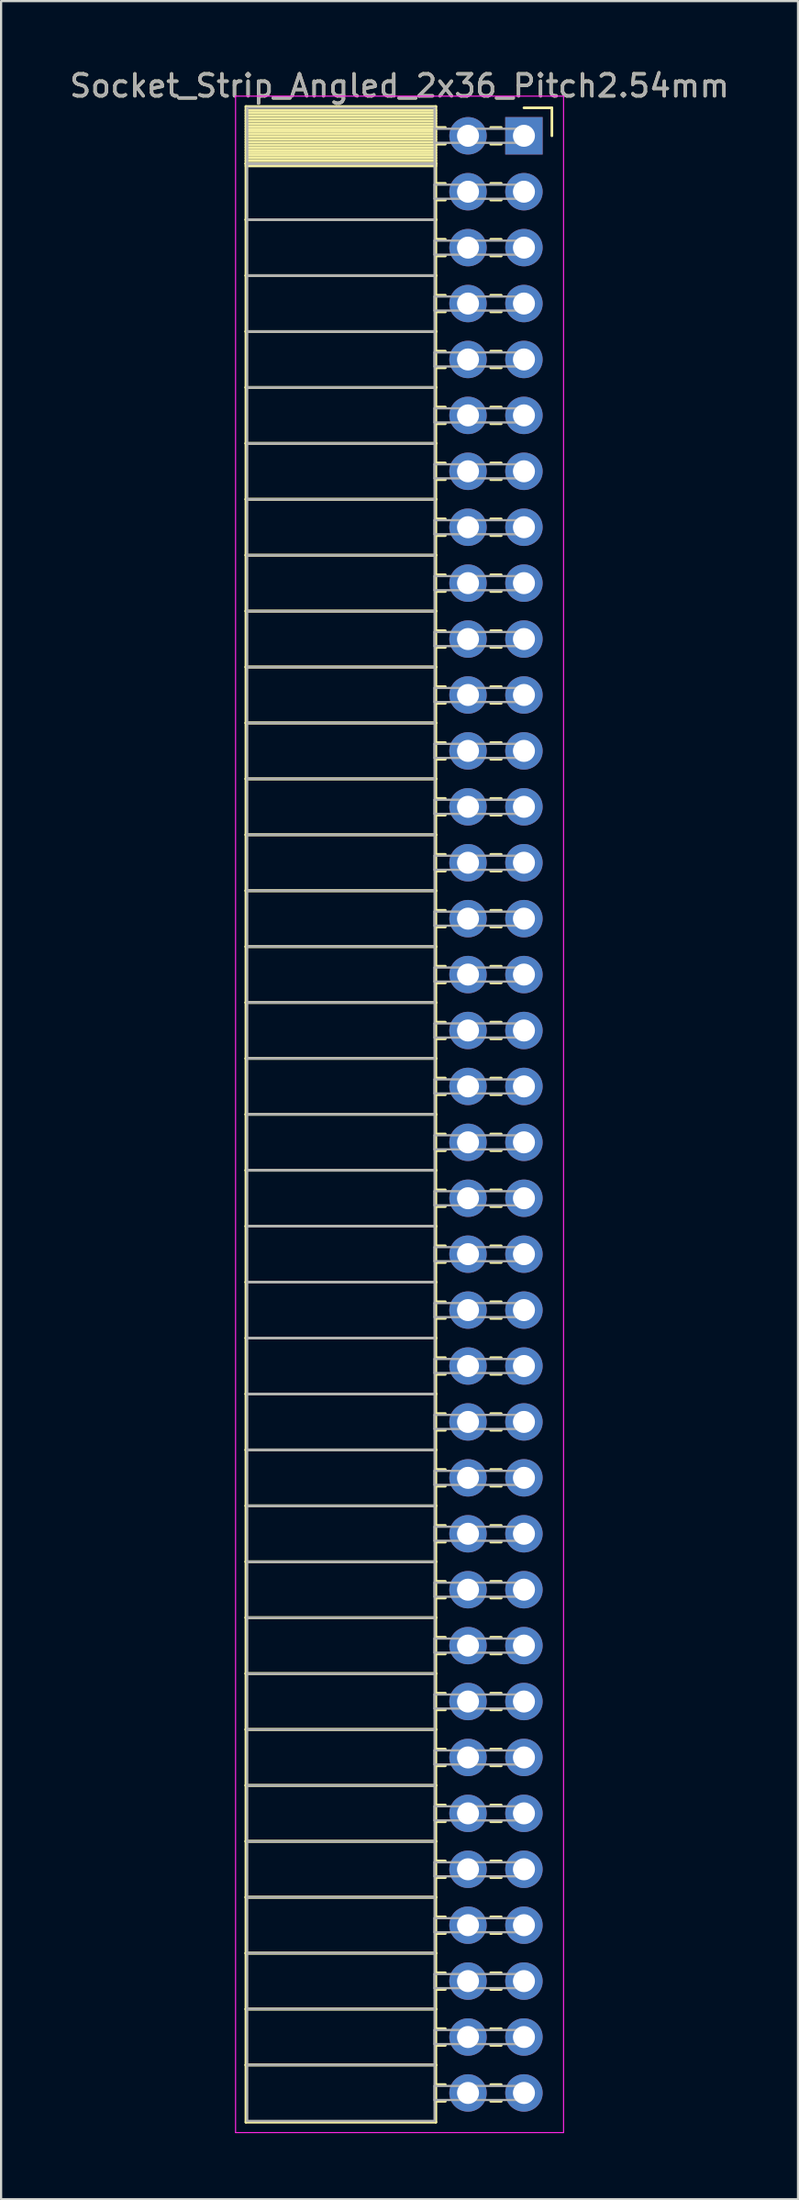
<source format=kicad_pcb>
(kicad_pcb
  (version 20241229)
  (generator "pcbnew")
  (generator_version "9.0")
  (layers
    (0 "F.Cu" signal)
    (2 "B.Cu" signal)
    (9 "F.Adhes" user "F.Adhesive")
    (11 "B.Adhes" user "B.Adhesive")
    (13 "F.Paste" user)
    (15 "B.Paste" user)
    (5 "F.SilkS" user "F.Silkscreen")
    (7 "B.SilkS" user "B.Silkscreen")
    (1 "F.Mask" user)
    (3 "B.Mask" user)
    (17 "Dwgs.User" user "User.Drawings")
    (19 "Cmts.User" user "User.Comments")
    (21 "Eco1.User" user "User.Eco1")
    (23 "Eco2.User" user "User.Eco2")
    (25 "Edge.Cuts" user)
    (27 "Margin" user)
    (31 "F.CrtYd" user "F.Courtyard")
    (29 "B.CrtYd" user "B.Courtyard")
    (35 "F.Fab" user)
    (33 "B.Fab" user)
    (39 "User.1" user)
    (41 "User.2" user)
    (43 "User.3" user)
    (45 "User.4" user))
  (footprint "Socket_Strip_Angled_2x36_Pitch2.54mm"
    (layer "F.Cu")
    (at 20.751 3.118)
    (property "Reference" "Socket_Strip_Angled_2x36_Pitch2.54mm" (at -5.65 -2.27 0) (layer "F.SilkS") (effects (font (size 1 1) (thickness 0.15))))
    (attr through_hole)
    (fp_line (start -12.63 -1.33) (end -4 -1.33) (stroke (width 0.12) (type solid)) (layer "F.SilkS"))
    (fp_line (start -12.63 1.27) (end -12.63 -1.33) (stroke (width 0.12) (type solid)) (layer "F.SilkS"))
    (fp_line (start -12.63 1.27) (end -4 1.27) (stroke (width 0.12) (type solid)) (layer "F.SilkS"))
    (fp_line (start -12.63 3.81) (end -12.63 1.27) (stroke (width 0.12) (type solid)) (layer "F.SilkS"))
    (fp_line (start -12.63 3.81) (end -4 3.81) (stroke (width 0.12) (type solid)) (layer "F.SilkS"))
    (fp_line (start -12.63 6.35) (end -12.63 3.81) (stroke (width 0.12) (type solid)) (layer "F.SilkS"))
    (fp_line (start -12.63 6.35) (end -4 6.35) (stroke (width 0.12) (type solid)) (layer "F.SilkS"))
    (fp_line (start -12.63 8.89) (end -12.63 6.35) (stroke (width 0.12) (type solid)) (layer "F.SilkS"))
    (fp_line (start -12.63 8.89) (end -4 8.89) (stroke (width 0.12) (type solid)) (layer "F.SilkS"))
    (fp_line (start -12.63 11.43) (end -12.63 8.89) (stroke (width 0.12) (type solid)) (layer "F.SilkS"))
    (fp_line (start -12.63 11.43) (end -4 11.43) (stroke (width 0.12) (type solid)) (layer "F.SilkS"))
    (fp_line (start -12.63 13.97) (end -12.63 11.43) (stroke (width 0.12) (type solid)) (layer "F.SilkS"))
    (fp_line (start -12.63 13.97) (end -4 13.97) (stroke (width 0.12) (type solid)) (layer "F.SilkS"))
    (fp_line (start -12.63 16.51) (end -12.63 13.97) (stroke (width 0.12) (type solid)) (layer "F.SilkS"))
    (fp_line (start -12.63 16.51) (end -4 16.51) (stroke (width 0.12) (type solid)) (layer "F.SilkS"))
    (fp_line (start -12.63 19.05) (end -12.63 16.51) (stroke (width 0.12) (type solid)) (layer "F.SilkS"))
    (fp_line (start -12.63 19.05) (end -4 19.05) (stroke (width 0.12) (type solid)) (layer "F.SilkS"))
    (fp_line (start -12.63 21.59) (end -12.63 19.05) (stroke (width 0.12) (type solid)) (layer "F.SilkS"))
    (fp_line (start -12.63 21.59) (end -4 21.59) (stroke (width 0.12) (type solid)) (layer "F.SilkS"))
    (fp_line (start -12.63 24.13) (end -12.63 21.59) (stroke (width 0.12) (type solid)) (layer "F.SilkS"))
    (fp_line (start -12.63 24.13) (end -4 24.13) (stroke (width 0.12) (type solid)) (layer "F.SilkS"))
    (fp_line (start -12.63 26.67) (end -12.63 24.13) (stroke (width 0.12) (type solid)) (layer "F.SilkS"))
    (fp_line (start -12.63 26.67) (end -4 26.67) (stroke (width 0.12) (type solid)) (layer "F.SilkS"))
    (fp_line (start -12.63 29.21) (end -12.63 26.67) (stroke (width 0.12) (type solid)) (layer "F.SilkS"))
    (fp_line (start -12.63 29.21) (end -4 29.21) (stroke (width 0.12) (type solid)) (layer "F.SilkS"))
    (fp_line (start -12.63 31.75) (end -12.63 29.21) (stroke (width 0.12) (type solid)) (layer "F.SilkS"))
    (fp_line (start -12.63 31.75) (end -4 31.75) (stroke (width 0.12) (type solid)) (layer "F.SilkS"))
    (fp_line (start -12.63 34.29) (end -12.63 31.75) (stroke (width 0.12) (type solid)) (layer "F.SilkS"))
    (fp_line (start -12.63 34.29) (end -4 34.29) (stroke (width 0.12) (type solid)) (layer "F.SilkS"))
    (fp_line (start -12.63 36.83) (end -12.63 34.29) (stroke (width 0.12) (type solid)) (layer "F.SilkS"))
    (fp_line (start -12.63 36.83) (end -4 36.83) (stroke (width 0.12) (type solid)) (layer "F.SilkS"))
    (fp_line (start -12.63 39.37) (end -12.63 36.83) (stroke (width 0.12) (type solid)) (layer "F.SilkS"))
    (fp_line (start -12.63 39.37) (end -4 39.37) (stroke (width 0.12) (type solid)) (layer "F.SilkS"))
    (fp_line (start -12.63 41.91) (end -12.63 39.37) (stroke (width 0.12) (type solid)) (layer "F.SilkS"))
    (fp_line (start -12.63 41.91) (end -4 41.91) (stroke (width 0.12) (type solid)) (layer "F.SilkS"))
    (fp_line (start -12.63 44.45) (end -12.63 41.91) (stroke (width 0.12) (type solid)) (layer "F.SilkS"))
    (fp_line (start -12.63 44.45) (end -4 44.45) (stroke (width 0.12) (type solid)) (layer "F.SilkS"))
    (fp_line (start -12.63 46.99) (end -12.63 44.45) (stroke (width 0.12) (type solid)) (layer "F.SilkS"))
    (fp_line (start -12.63 46.99) (end -4 46.99) (stroke (width 0.12) (type solid)) (layer "F.SilkS"))
    (fp_line (start -12.63 49.53) (end -12.63 46.99) (stroke (width 0.12) (type solid)) (layer "F.SilkS"))
    (fp_line (start -12.63 49.53) (end -4 49.53) (stroke (width 0.12) (type solid)) (layer "F.SilkS"))
    (fp_line (start -12.63 52.07) (end -12.63 49.53) (stroke (width 0.12) (type solid)) (layer "F.SilkS"))
    (fp_line (start -12.63 52.07) (end -4 52.07) (stroke (width 0.12) (type solid)) (layer "F.SilkS"))
    (fp_line (start -12.63 54.61) (end -12.63 52.07) (stroke (width 0.12) (type solid)) (layer "F.SilkS"))
    (fp_line (start -12.63 54.61) (end -4 54.61) (stroke (width 0.12) (type solid)) (layer "F.SilkS"))
    (fp_line (start -12.63 57.15) (end -12.63 54.61) (stroke (width 0.12) (type solid)) (layer "F.SilkS"))
    (fp_line (start -12.63 57.15) (end -4 57.15) (stroke (width 0.12) (type solid)) (layer "F.SilkS"))
    (fp_line (start -12.63 59.69) (end -12.63 57.15) (stroke (width 0.12) (type solid)) (layer "F.SilkS"))
    (fp_line (start -12.63 59.69) (end -4 59.69) (stroke (width 0.12) (type solid)) (layer "F.SilkS"))
    (fp_line (start -12.63 62.23) (end -12.63 59.69) (stroke (width 0.12) (type solid)) (layer "F.SilkS"))
    (fp_line (start -12.63 62.23) (end -4 62.23) (stroke (width 0.12) (type solid)) (layer "F.SilkS"))
    (fp_line (start -12.63 64.77) (end -12.63 62.23) (stroke (width 0.12) (type solid)) (layer "F.SilkS"))
    (fp_line (start -12.63 64.77) (end -4 64.77) (stroke (width 0.12) (type solid)) (layer "F.SilkS"))
    (fp_line (start -12.63 67.31) (end -12.63 64.77) (stroke (width 0.12) (type solid)) (layer "F.SilkS"))
    (fp_line (start -12.63 67.31) (end -4 67.31) (stroke (width 0.12) (type solid)) (layer "F.SilkS"))
    (fp_line (start -12.63 69.85) (end -12.63 67.31) (stroke (width 0.12) (type solid)) (layer "F.SilkS"))
    (fp_line (start -12.63 69.85) (end -4 69.85) (stroke (width 0.12) (type solid)) (layer "F.SilkS"))
    (fp_line (start -12.63 72.39) (end -12.63 69.85) (stroke (width 0.12) (type solid)) (layer "F.SilkS"))
    (fp_line (start -12.63 72.39) (end -4 72.39) (stroke (width 0.12) (type solid)) (layer "F.SilkS"))
    (fp_line (start -12.63 74.93) (end -12.63 72.39) (stroke (width 0.12) (type solid)) (layer "F.SilkS"))
    (fp_line (start -12.63 74.93) (end -4 74.93) (stroke (width 0.12) (type solid)) (layer "F.SilkS"))
    (fp_line (start -12.63 77.47) (end -12.63 74.93) (stroke (width 0.12) (type solid)) (layer "F.SilkS"))
    (fp_line (start -12.63 77.47) (end -4 77.47) (stroke (width 0.12) (type solid)) (layer "F.SilkS"))
    (fp_line (start -12.63 80.01) (end -12.63 77.47) (stroke (width 0.12) (type solid)) (layer "F.SilkS"))
    (fp_line (start -12.63 80.01) (end -4 80.01) (stroke (width 0.12) (type solid)) (layer "F.SilkS"))
    (fp_line (start -12.63 82.55) (end -12.63 80.01) (stroke (width 0.12) (type solid)) (layer "F.SilkS"))
    (fp_line (start -12.63 82.55) (end -4 82.55) (stroke (width 0.12) (type solid)) (layer "F.SilkS"))
    (fp_line (start -12.63 85.09) (end -12.63 82.55) (stroke (width 0.12) (type solid)) (layer "F.SilkS"))
    (fp_line (start -12.63 85.09) (end -4 85.09) (stroke (width 0.12) (type solid)) (layer "F.SilkS"))
    (fp_line (start -12.63 87.63) (end -12.63 85.09) (stroke (width 0.12) (type solid)) (layer "F.SilkS"))
    (fp_line (start -12.63 87.63) (end -4 87.63) (stroke (width 0.12) (type solid)) (layer "F.SilkS"))
    (fp_line (start -12.63 90.23) (end -12.63 87.63) (stroke (width 0.12) (type solid)) (layer "F.SilkS"))
    (fp_line (start -4 -1.33) (end -4 1.27) (stroke (width 0.12) (type solid)) (layer "F.SilkS"))
    (fp_line (start -4 -1.15) (end -12.63 -1.15) (stroke (width 0.12) (type solid)) (layer "F.SilkS"))
    (fp_line (start -4 -1.03) (end -12.63 -1.03) (stroke (width 0.12) (type solid)) (layer "F.SilkS"))
    (fp_line (start -4 -0.91) (end -12.63 -0.91) (stroke (width 0.12) (type solid)) (layer "F.SilkS"))
    (fp_line (start -4 -0.79) (end -12.63 -0.79) (stroke (width 0.12) (type solid)) (layer "F.SilkS"))
    (fp_line (start -4 -0.67) (end -12.63 -0.67) (stroke (width 0.12) (type solid)) (layer "F.SilkS"))
    (fp_line (start -4 -0.55) (end -12.63 -0.55) (stroke (width 0.12) (type solid)) (layer "F.SilkS"))
    (fp_line (start -4 -0.43) (end -12.63 -0.43) (stroke (width 0.12) (type solid)) (layer "F.SilkS"))
    (fp_line (start -4 -0.31) (end -12.63 -0.31) (stroke (width 0.12) (type solid)) (layer "F.SilkS"))
    (fp_line (start -4 -0.19) (end -12.63 -0.19) (stroke (width 0.12) (type solid)) (layer "F.SilkS"))
    (fp_line (start -4 -0.07) (end -12.63 -0.07) (stroke (width 0.12) (type solid)) (layer "F.SilkS"))
    (fp_line (start -4 0.05) (end -12.63 0.05) (stroke (width 0.12) (type solid)) (layer "F.SilkS"))
    (fp_line (start -4 0.17) (end -12.63 0.17) (stroke (width 0.12) (type solid)) (layer "F.SilkS"))
    (fp_line (start -4 0.29) (end -12.63 0.29) (stroke (width 0.12) (type solid)) (layer "F.SilkS"))
    (fp_line (start -4 0.41) (end -12.63 0.41) (stroke (width 0.12) (type solid)) (layer "F.SilkS"))
    (fp_line (start -4 0.53) (end -12.63 0.53) (stroke (width 0.12) (type solid)) (layer "F.SilkS"))
    (fp_line (start -4 0.65) (end -12.63 0.65) (stroke (width 0.12) (type solid)) (layer "F.SilkS"))
    (fp_line (start -4 0.77) (end -12.63 0.77) (stroke (width 0.12) (type solid)) (layer "F.SilkS"))
    (fp_line (start -4 0.89) (end -12.63 0.89) (stroke (width 0.12) (type solid)) (layer "F.SilkS"))
    (fp_line (start -4 1.01) (end -12.63 1.01) (stroke (width 0.12) (type solid)) (layer "F.SilkS"))
    (fp_line (start -4 1.13) (end -12.63 1.13) (stroke (width 0.12) (type solid)) (layer "F.SilkS"))
    (fp_line (start -4 1.25) (end -12.63 1.25) (stroke (width 0.12) (type solid)) (layer "F.SilkS"))
    (fp_line (start -4 1.27) (end -12.63 1.27) (stroke (width 0.12) (type solid)) (layer "F.SilkS"))
    (fp_line (start -4 1.27) (end -4 3.81) (stroke (width 0.12) (type solid)) (layer "F.SilkS"))
    (fp_line (start -4 1.37) (end -12.63 1.37) (stroke (width 0.12) (type solid)) (layer "F.SilkS"))
    (fp_line (start -4 3.81) (end -12.63 3.81) (stroke (width 0.12) (type solid)) (layer "F.SilkS"))
    (fp_line (start -4 3.81) (end -4 6.35) (stroke (width 0.12) (type solid)) (layer "F.SilkS"))
    (fp_line (start -4 6.35) (end -12.63 6.35) (stroke (width 0.12) (type solid)) (layer "F.SilkS"))
    (fp_line (start -4 6.35) (end -4 8.89) (stroke (width 0.12) (type solid)) (layer "F.SilkS"))
    (fp_line (start -4 8.89) (end -12.63 8.89) (stroke (width 0.12) (type solid)) (layer "F.SilkS"))
    (fp_line (start -4 8.89) (end -4 11.43) (stroke (width 0.12) (type solid)) (layer "F.SilkS"))
    (fp_line (start -4 11.43) (end -12.63 11.43) (stroke (width 0.12) (type solid)) (layer "F.SilkS"))
    (fp_line (start -4 11.43) (end -4 13.97) (stroke (width 0.12) (type solid)) (layer "F.SilkS"))
    (fp_line (start -4 13.97) (end -12.63 13.97) (stroke (width 0.12) (type solid)) (layer "F.SilkS"))
    (fp_line (start -4 13.97) (end -4 16.51) (stroke (width 0.12) (type solid)) (layer "F.SilkS"))
    (fp_line (start -4 16.51) (end -12.63 16.51) (stroke (width 0.12) (type solid)) (layer "F.SilkS"))
    (fp_line (start -4 16.51) (end -4 19.05) (stroke (width 0.12) (type solid)) (layer "F.SilkS"))
    (fp_line (start -4 19.05) (end -12.63 19.05) (stroke (width 0.12) (type solid)) (layer "F.SilkS"))
    (fp_line (start -4 19.05) (end -4 21.59) (stroke (width 0.12) (type solid)) (layer "F.SilkS"))
    (fp_line (start -4 21.59) (end -12.63 21.59) (stroke (width 0.12) (type solid)) (layer "F.SilkS"))
    (fp_line (start -4 21.59) (end -4 24.13) (stroke (width 0.12) (type solid)) (layer "F.SilkS"))
    (fp_line (start -4 24.13) (end -12.63 24.13) (stroke (width 0.12) (type solid)) (layer "F.SilkS"))
    (fp_line (start -4 24.13) (end -4 26.67) (stroke (width 0.12) (type solid)) (layer "F.SilkS"))
    (fp_line (start -4 26.67) (end -12.63 26.67) (stroke (width 0.12) (type solid)) (layer "F.SilkS"))
    (fp_line (start -4 26.67) (end -4 29.21) (stroke (width 0.12) (type solid)) (layer "F.SilkS"))
    (fp_line (start -4 29.21) (end -12.63 29.21) (stroke (width 0.12) (type solid)) (layer "F.SilkS"))
    (fp_line (start -4 29.21) (end -4 31.75) (stroke (width 0.12) (type solid)) (layer "F.SilkS"))
    (fp_line (start -4 31.75) (end -12.63 31.75) (stroke (width 0.12) (type solid)) (layer "F.SilkS"))
    (fp_line (start -4 31.75) (end -4 34.29) (stroke (width 0.12) (type solid)) (layer "F.SilkS"))
    (fp_line (start -4 34.29) (end -12.63 34.29) (stroke (width 0.12) (type solid)) (layer "F.SilkS"))
    (fp_line (start -4 34.29) (end -4 36.83) (stroke (width 0.12) (type solid)) (layer "F.SilkS"))
    (fp_line (start -4 36.83) (end -12.63 36.83) (stroke (width 0.12) (type solid)) (layer "F.SilkS"))
    (fp_line (start -4 36.83) (end -4 39.37) (stroke (width 0.12) (type solid)) (layer "F.SilkS"))
    (fp_line (start -4 39.37) (end -12.63 39.37) (stroke (width 0.12) (type solid)) (layer "F.SilkS"))
    (fp_line (start -4 39.37) (end -4 41.91) (stroke (width 0.12) (type solid)) (layer "F.SilkS"))
    (fp_line (start -4 41.91) (end -12.63 41.91) (stroke (width 0.12) (type solid)) (layer "F.SilkS"))
    (fp_line (start -4 41.91) (end -4 44.45) (stroke (width 0.12) (type solid)) (layer "F.SilkS"))
    (fp_line (start -4 44.45) (end -12.63 44.45) (stroke (width 0.12) (type solid)) (layer "F.SilkS"))
    (fp_line (start -4 44.45) (end -4 46.99) (stroke (width 0.12) (type solid)) (layer "F.SilkS"))
    (fp_line (start -4 46.99) (end -12.63 46.99) (stroke (width 0.12) (type solid)) (layer "F.SilkS"))
    (fp_line (start -4 46.99) (end -4 49.53) (stroke (width 0.12) (type solid)) (layer "F.SilkS"))
    (fp_line (start -4 49.53) (end -12.63 49.53) (stroke (width 0.12) (type solid)) (layer "F.SilkS"))
    (fp_line (start -4 49.53) (end -4 52.07) (stroke (width 0.12) (type solid)) (layer "F.SilkS"))
    (fp_line (start -4 52.07) (end -12.63 52.07) (stroke (width 0.12) (type solid)) (layer "F.SilkS"))
    (fp_line (start -4 52.07) (end -4 54.61) (stroke (width 0.12) (type solid)) (layer "F.SilkS"))
    (fp_line (start -4 54.61) (end -12.63 54.61) (stroke (width 0.12) (type solid)) (layer "F.SilkS"))
    (fp_line (start -4 54.61) (end -4 57.15) (stroke (width 0.12) (type solid)) (layer "F.SilkS"))
    (fp_line (start -4 57.15) (end -12.63 57.15) (stroke (width 0.12) (type solid)) (layer "F.SilkS"))
    (fp_line (start -4 57.15) (end -4 59.69) (stroke (width 0.12) (type solid)) (layer "F.SilkS"))
    (fp_line (start -4 59.69) (end -12.63 59.69) (stroke (width 0.12) (type solid)) (layer "F.SilkS"))
    (fp_line (start -4 59.69) (end -4 62.23) (stroke (width 0.12) (type solid)) (layer "F.SilkS"))
    (fp_line (start -4 62.23) (end -12.63 62.23) (stroke (width 0.12) (type solid)) (layer "F.SilkS"))
    (fp_line (start -4 62.23) (end -4 64.77) (stroke (width 0.12) (type solid)) (layer "F.SilkS"))
    (fp_line (start -4 64.77) (end -12.63 64.77) (stroke (width 0.12) (type solid)) (layer "F.SilkS"))
    (fp_line (start -4 64.77) (end -4 67.31) (stroke (width 0.12) (type solid)) (layer "F.SilkS"))
    (fp_line (start -4 67.31) (end -12.63 67.31) (stroke (width 0.12) (type solid)) (layer "F.SilkS"))
    (fp_line (start -4 67.31) (end -4 69.85) (stroke (width 0.12) (type solid)) (layer "F.SilkS"))
    (fp_line (start -4 69.85) (end -12.63 69.85) (stroke (width 0.12) (type solid)) (layer "F.SilkS"))
    (fp_line (start -4 69.85) (end -4 72.39) (stroke (width 0.12) (type solid)) (layer "F.SilkS"))
    (fp_line (start -4 72.39) (end -12.63 72.39) (stroke (width 0.12) (type solid)) (layer "F.SilkS"))
    (fp_line (start -4 72.39) (end -4 74.93) (stroke (width 0.12) (type solid)) (layer "F.SilkS"))
    (fp_line (start -4 74.93) (end -12.63 74.93) (stroke (width 0.12) (type solid)) (layer "F.SilkS"))
    (fp_line (start -4 74.93) (end -4 77.47) (stroke (width 0.12) (type solid)) (layer "F.SilkS"))
    (fp_line (start -4 77.47) (end -12.63 77.47) (stroke (width 0.12) (type solid)) (layer "F.SilkS"))
    (fp_line (start -4 77.47) (end -4 80.01) (stroke (width 0.12) (type solid)) (layer "F.SilkS"))
    (fp_line (start -4 80.01) (end -12.63 80.01) (stroke (width 0.12) (type solid)) (layer "F.SilkS"))
    (fp_line (start -4 80.01) (end -4 82.55) (stroke (width 0.12) (type solid)) (layer "F.SilkS"))
    (fp_line (start -4 82.55) (end -12.63 82.55) (stroke (width 0.12) (type solid)) (layer "F.SilkS"))
    (fp_line (start -4 82.55) (end -4 85.09) (stroke (width 0.12) (type solid)) (layer "F.SilkS"))
    (fp_line (start -4 85.09) (end -12.63 85.09) (stroke (width 0.12) (type solid)) (layer "F.SilkS"))
    (fp_line (start -4 85.09) (end -4 87.63) (stroke (width 0.12) (type solid)) (layer "F.SilkS"))
    (fp_line (start -4 87.63) (end -12.63 87.63) (stroke (width 0.12) (type solid)) (layer "F.SilkS"))
    (fp_line (start -4 87.63) (end -4 90.23) (stroke (width 0.12) (type solid)) (layer "F.SilkS"))
    (fp_line (start -4 90.23) (end -12.63 90.23) (stroke (width 0.12) (type solid)) (layer "F.SilkS"))
    (fp_line (start -3.57 -0.38) (end -4 -0.38) (stroke (width 0.12) (type solid)) (layer "F.SilkS"))
    (fp_line (start -3.57 0.38) (end -4 0.38) (stroke (width 0.12) (type solid)) (layer "F.SilkS"))
    (fp_line (start -3.57 2.16) (end -4 2.16) (stroke (width 0.12) (type solid)) (layer "F.SilkS"))
    (fp_line (start -3.57 2.92) (end -4 2.92) (stroke (width 0.12) (type solid)) (layer "F.SilkS"))
    (fp_line (start -3.57 4.7) (end -4 4.7) (stroke (width 0.12) (type solid)) (layer "F.SilkS"))
    (fp_line (start -3.57 5.46) (end -4 5.46) (stroke (width 0.12) (type solid)) (layer "F.SilkS"))
    (fp_line (start -3.57 7.24) (end -4 7.24) (stroke (width 0.12) (type solid)) (layer "F.SilkS"))
    (fp_line (start -3.57 8) (end -4 8) (stroke (width 0.12) (type solid)) (layer "F.SilkS"))
    (fp_line (start -3.57 9.78) (end -4 9.78) (stroke (width 0.12) (type solid)) (layer "F.SilkS"))
    (fp_line (start -3.57 10.54) (end -4 10.54) (stroke (width 0.12) (type solid)) (layer "F.SilkS"))
    (fp_line (start -3.57 12.32) (end -4 12.32) (stroke (width 0.12) (type solid)) (layer "F.SilkS"))
    (fp_line (start -3.57 13.08) (end -4 13.08) (stroke (width 0.12) (type solid)) (layer "F.SilkS"))
    (fp_line (start -3.57 14.86) (end -4 14.86) (stroke (width 0.12) (type solid)) (layer "F.SilkS"))
    (fp_line (start -3.57 15.62) (end -4 15.62) (stroke (width 0.12) (type solid)) (layer "F.SilkS"))
    (fp_line (start -3.57 17.4) (end -4 17.4) (stroke (width 0.12) (type solid)) (layer "F.SilkS"))
    (fp_line (start -3.57 18.16) (end -4 18.16) (stroke (width 0.12) (type solid)) (layer "F.SilkS"))
    (fp_line (start -3.57 19.94) (end -4 19.94) (stroke (width 0.12) (type solid)) (layer "F.SilkS"))
    (fp_line (start -3.57 20.7) (end -4 20.7) (stroke (width 0.12) (type solid)) (layer "F.SilkS"))
    (fp_line (start -3.57 22.48) (end -4 22.48) (stroke (width 0.12) (type solid)) (layer "F.SilkS"))
    (fp_line (start -3.57 23.24) (end -4 23.24) (stroke (width 0.12) (type solid)) (layer "F.SilkS"))
    (fp_line (start -3.57 25.02) (end -4 25.02) (stroke (width 0.12) (type solid)) (layer "F.SilkS"))
    (fp_line (start -3.57 25.78) (end -4 25.78) (stroke (width 0.12) (type solid)) (layer "F.SilkS"))
    (fp_line (start -3.57 27.56) (end -4 27.56) (stroke (width 0.12) (type solid)) (layer "F.SilkS"))
    (fp_line (start -3.57 28.32) (end -4 28.32) (stroke (width 0.12) (type solid)) (layer "F.SilkS"))
    (fp_line (start -3.57 30.1) (end -4 30.1) (stroke (width 0.12) (type solid)) (layer "F.SilkS"))
    (fp_line (start -3.57 30.86) (end -4 30.86) (stroke (width 0.12) (type solid)) (layer "F.SilkS"))
    (fp_line (start -3.57 32.64) (end -4 32.64) (stroke (width 0.12) (type solid)) (layer "F.SilkS"))
    (fp_line (start -3.57 33.4) (end -4 33.4) (stroke (width 0.12) (type solid)) (layer "F.SilkS"))
    (fp_line (start -3.57 35.18) (end -4 35.18) (stroke (width 0.12) (type solid)) (layer "F.SilkS"))
    (fp_line (start -3.57 35.94) (end -4 35.94) (stroke (width 0.12) (type solid)) (layer "F.SilkS"))
    (fp_line (start -3.57 37.72) (end -4 37.72) (stroke (width 0.12) (type solid)) (layer "F.SilkS"))
    (fp_line (start -3.57 38.48) (end -4 38.48) (stroke (width 0.12) (type solid)) (layer "F.SilkS"))
    (fp_line (start -3.57 40.26) (end -4 40.26) (stroke (width 0.12) (type solid)) (layer "F.SilkS"))
    (fp_line (start -3.57 41.02) (end -4 41.02) (stroke (width 0.12) (type solid)) (layer "F.SilkS"))
    (fp_line (start -3.57 42.8) (end -4 42.8) (stroke (width 0.12) (type solid)) (layer "F.SilkS"))
    (fp_line (start -3.57 43.56) (end -4 43.56) (stroke (width 0.12) (type solid)) (layer "F.SilkS"))
    (fp_line (start -3.57 45.34) (end -4 45.34) (stroke (width 0.12) (type solid)) (layer "F.SilkS"))
    (fp_line (start -3.57 46.1) (end -4 46.1) (stroke (width 0.12) (type solid)) (layer "F.SilkS"))
    (fp_line (start -3.57 47.88) (end -4 47.88) (stroke (width 0.12) (type solid)) (layer "F.SilkS"))
    (fp_line (start -3.57 48.64) (end -4 48.64) (stroke (width 0.12) (type solid)) (layer "F.SilkS"))
    (fp_line (start -3.57 50.42) (end -4 50.42) (stroke (width 0.12) (type solid)) (layer "F.SilkS"))
    (fp_line (start -3.57 51.18) (end -4 51.18) (stroke (width 0.12) (type solid)) (layer "F.SilkS"))
    (fp_line (start -3.57 52.96) (end -4 52.96) (stroke (width 0.12) (type solid)) (layer "F.SilkS"))
    (fp_line (start -3.57 53.72) (end -4 53.72) (stroke (width 0.12) (type solid)) (layer "F.SilkS"))
    (fp_line (start -3.57 55.5) (end -4 55.5) (stroke (width 0.12) (type solid)) (layer "F.SilkS"))
    (fp_line (start -3.57 56.26) (end -4 56.26) (stroke (width 0.12) (type solid)) (layer "F.SilkS"))
    (fp_line (start -3.57 58.04) (end -4 58.04) (stroke (width 0.12) (type solid)) (layer "F.SilkS"))
    (fp_line (start -3.57 58.8) (end -4 58.8) (stroke (width 0.12) (type solid)) (layer "F.SilkS"))
    (fp_line (start -3.57 60.58) (end -4 60.58) (stroke (width 0.12) (type solid)) (layer "F.SilkS"))
    (fp_line (start -3.57 61.34) (end -4 61.34) (stroke (width 0.12) (type solid)) (layer "F.SilkS"))
    (fp_line (start -3.57 63.12) (end -4 63.12) (stroke (width 0.12) (type solid)) (layer "F.SilkS"))
    (fp_line (start -3.57 63.88) (end -4 63.88) (stroke (width 0.12) (type solid)) (layer "F.SilkS"))
    (fp_line (start -3.57 65.66) (end -4 65.66) (stroke (width 0.12) (type solid)) (layer "F.SilkS"))
    (fp_line (start -3.57 66.42) (end -4 66.42) (stroke (width 0.12) (type solid)) (layer "F.SilkS"))
    (fp_line (start -3.57 68.2) (end -4 68.2) (stroke (width 0.12) (type solid)) (layer "F.SilkS"))
    (fp_line (start -3.57 68.96) (end -4 68.96) (stroke (width 0.12) (type solid)) (layer "F.SilkS"))
    (fp_line (start -3.57 70.74) (end -4 70.74) (stroke (width 0.12) (type solid)) (layer "F.SilkS"))
    (fp_line (start -3.57 71.5) (end -4 71.5) (stroke (width 0.12) (type solid)) (layer "F.SilkS"))
    (fp_line (start -3.57 73.28) (end -4 73.28) (stroke (width 0.12) (type solid)) (layer "F.SilkS"))
    (fp_line (start -3.57 74.04) (end -4 74.04) (stroke (width 0.12) (type solid)) (layer "F.SilkS"))
    (fp_line (start -3.57 75.82) (end -4 75.82) (stroke (width 0.12) (type solid)) (layer "F.SilkS"))
    (fp_line (start -3.57 76.58) (end -4 76.58) (stroke (width 0.12) (type solid)) (layer "F.SilkS"))
    (fp_line (start -3.57 78.36) (end -4 78.36) (stroke (width 0.12) (type solid)) (layer "F.SilkS"))
    (fp_line (start -3.57 79.12) (end -4 79.12) (stroke (width 0.12) (type solid)) (layer "F.SilkS"))
    (fp_line (start -3.57 80.9) (end -4 80.9) (stroke (width 0.12) (type solid)) (layer "F.SilkS"))
    (fp_line (start -3.57 81.66) (end -4 81.66) (stroke (width 0.12) (type solid)) (layer "F.SilkS"))
    (fp_line (start -3.57 83.44) (end -4 83.44) (stroke (width 0.12) (type solid)) (layer "F.SilkS"))
    (fp_line (start -3.57 84.2) (end -4 84.2) (stroke (width 0.12) (type solid)) (layer "F.SilkS"))
    (fp_line (start -3.57 85.98) (end -4 85.98) (stroke (width 0.12) (type solid)) (layer "F.SilkS"))
    (fp_line (start -3.57 86.74) (end -4 86.74) (stroke (width 0.12) (type solid)) (layer "F.SilkS"))
    (fp_line (start -3.57 88.52) (end -4 88.52) (stroke (width 0.12) (type solid)) (layer "F.SilkS"))
    (fp_line (start -3.57 89.28) (end -4 89.28) (stroke (width 0.12) (type solid)) (layer "F.SilkS"))
    (fp_line (start -1.03 -0.38) (end -1.51 -0.38) (stroke (width 0.12) (type solid)) (layer "F.SilkS"))
    (fp_line (start -1.03 0.38) (end -1.51 0.38) (stroke (width 0.12) (type solid)) (layer "F.SilkS"))
    (fp_line (start -1.03 2.16) (end -1.51 2.16) (stroke (width 0.12) (type solid)) (layer "F.SilkS"))
    (fp_line (start -1.03 2.92) (end -1.51 2.92) (stroke (width 0.12) (type solid)) (layer "F.SilkS"))
    (fp_line (start -1.03 4.7) (end -1.51 4.7) (stroke (width 0.12) (type solid)) (layer "F.SilkS"))
    (fp_line (start -1.03 5.46) (end -1.51 5.46) (stroke (width 0.12) (type solid)) (layer "F.SilkS"))
    (fp_line (start -1.03 7.24) (end -1.51 7.24) (stroke (width 0.12) (type solid)) (layer "F.SilkS"))
    (fp_line (start -1.03 8) (end -1.51 8) (stroke (width 0.12) (type solid)) (layer "F.SilkS"))
    (fp_line (start -1.03 9.78) (end -1.51 9.78) (stroke (width 0.12) (type solid)) (layer "F.SilkS"))
    (fp_line (start -1.03 10.54) (end -1.51 10.54) (stroke (width 0.12) (type solid)) (layer "F.SilkS"))
    (fp_line (start -1.03 12.32) (end -1.51 12.32) (stroke (width 0.12) (type solid)) (layer "F.SilkS"))
    (fp_line (start -1.03 13.08) (end -1.51 13.08) (stroke (width 0.12) (type solid)) (layer "F.SilkS"))
    (fp_line (start -1.03 14.86) (end -1.51 14.86) (stroke (width 0.12) (type solid)) (layer "F.SilkS"))
    (fp_line (start -1.03 15.62) (end -1.51 15.62) (stroke (width 0.12) (type solid)) (layer "F.SilkS"))
    (fp_line (start -1.03 17.4) (end -1.51 17.4) (stroke (width 0.12) (type solid)) (layer "F.SilkS"))
    (fp_line (start -1.03 18.16) (end -1.51 18.16) (stroke (width 0.12) (type solid)) (layer "F.SilkS"))
    (fp_line (start -1.03 19.94) (end -1.51 19.94) (stroke (width 0.12) (type solid)) (layer "F.SilkS"))
    (fp_line (start -1.03 20.7) (end -1.51 20.7) (stroke (width 0.12) (type solid)) (layer "F.SilkS"))
    (fp_line (start -1.03 22.48) (end -1.51 22.48) (stroke (width 0.12) (type solid)) (layer "F.SilkS"))
    (fp_line (start -1.03 23.24) (end -1.51 23.24) (stroke (width 0.12) (type solid)) (layer "F.SilkS"))
    (fp_line (start -1.03 25.02) (end -1.51 25.02) (stroke (width 0.12) (type solid)) (layer "F.SilkS"))
    (fp_line (start -1.03 25.78) (end -1.51 25.78) (stroke (width 0.12) (type solid)) (layer "F.SilkS"))
    (fp_line (start -1.03 27.56) (end -1.51 27.56) (stroke (width 0.12) (type solid)) (layer "F.SilkS"))
    (fp_line (start -1.03 28.32) (end -1.51 28.32) (stroke (width 0.12) (type solid)) (layer "F.SilkS"))
    (fp_line (start -1.03 30.1) (end -1.51 30.1) (stroke (width 0.12) (type solid)) (layer "F.SilkS"))
    (fp_line (start -1.03 30.86) (end -1.51 30.86) (stroke (width 0.12) (type solid)) (layer "F.SilkS"))
    (fp_line (start -1.03 32.64) (end -1.51 32.64) (stroke (width 0.12) (type solid)) (layer "F.SilkS"))
    (fp_line (start -1.03 33.4) (end -1.51 33.4) (stroke (width 0.12) (type solid)) (layer "F.SilkS"))
    (fp_line (start -1.03 35.18) (end -1.51 35.18) (stroke (width 0.12) (type solid)) (layer "F.SilkS"))
    (fp_line (start -1.03 35.94) (end -1.51 35.94) (stroke (width 0.12) (type solid)) (layer "F.SilkS"))
    (fp_line (start -1.03 37.72) (end -1.51 37.72) (stroke (width 0.12) (type solid)) (layer "F.SilkS"))
    (fp_line (start -1.03 38.48) (end -1.51 38.48) (stroke (width 0.12) (type solid)) (layer "F.SilkS"))
    (fp_line (start -1.03 40.26) (end -1.51 40.26) (stroke (width 0.12) (type solid)) (layer "F.SilkS"))
    (fp_line (start -1.03 41.02) (end -1.51 41.02) (stroke (width 0.12) (type solid)) (layer "F.SilkS"))
    (fp_line (start -1.03 42.8) (end -1.51 42.8) (stroke (width 0.12) (type solid)) (layer "F.SilkS"))
    (fp_line (start -1.03 43.56) (end -1.51 43.56) (stroke (width 0.12) (type solid)) (layer "F.SilkS"))
    (fp_line (start -1.03 45.34) (end -1.51 45.34) (stroke (width 0.12) (type solid)) (layer "F.SilkS"))
    (fp_line (start -1.03 46.1) (end -1.51 46.1) (stroke (width 0.12) (type solid)) (layer "F.SilkS"))
    (fp_line (start -1.03 47.88) (end -1.51 47.88) (stroke (width 0.12) (type solid)) (layer "F.SilkS"))
    (fp_line (start -1.03 48.64) (end -1.51 48.64) (stroke (width 0.12) (type solid)) (layer "F.SilkS"))
    (fp_line (start -1.03 50.42) (end -1.51 50.42) (stroke (width 0.12) (type solid)) (layer "F.SilkS"))
    (fp_line (start -1.03 51.18) (end -1.51 51.18) (stroke (width 0.12) (type solid)) (layer "F.SilkS"))
    (fp_line (start -1.03 52.96) (end -1.51 52.96) (stroke (width 0.12) (type solid)) (layer "F.SilkS"))
    (fp_line (start -1.03 53.72) (end -1.51 53.72) (stroke (width 0.12) (type solid)) (layer "F.SilkS"))
    (fp_line (start -1.03 55.5) (end -1.51 55.5) (stroke (width 0.12) (type solid)) (layer "F.SilkS"))
    (fp_line (start -1.03 56.26) (end -1.51 56.26) (stroke (width 0.12) (type solid)) (layer "F.SilkS"))
    (fp_line (start -1.03 58.04) (end -1.51 58.04) (stroke (width 0.12) (type solid)) (layer "F.SilkS"))
    (fp_line (start -1.03 58.8) (end -1.51 58.8) (stroke (width 0.12) (type solid)) (layer "F.SilkS"))
    (fp_line (start -1.03 60.58) (end -1.51 60.58) (stroke (width 0.12) (type solid)) (layer "F.SilkS"))
    (fp_line (start -1.03 61.34) (end -1.51 61.34) (stroke (width 0.12) (type solid)) (layer "F.SilkS"))
    (fp_line (start -1.03 63.12) (end -1.51 63.12) (stroke (width 0.12) (type solid)) (layer "F.SilkS"))
    (fp_line (start -1.03 63.88) (end -1.51 63.88) (stroke (width 0.12) (type solid)) (layer "F.SilkS"))
    (fp_line (start -1.03 65.66) (end -1.51 65.66) (stroke (width 0.12) (type solid)) (layer "F.SilkS"))
    (fp_line (start -1.03 66.42) (end -1.51 66.42) (stroke (width 0.12) (type solid)) (layer "F.SilkS"))
    (fp_line (start -1.03 68.2) (end -1.51 68.2) (stroke (width 0.12) (type solid)) (layer "F.SilkS"))
    (fp_line (start -1.03 68.96) (end -1.51 68.96) (stroke (width 0.12) (type solid)) (layer "F.SilkS"))
    (fp_line (start -1.03 70.74) (end -1.51 70.74) (stroke (width 0.12) (type solid)) (layer "F.SilkS"))
    (fp_line (start -1.03 71.5) (end -1.51 71.5) (stroke (width 0.12) (type solid)) (layer "F.SilkS"))
    (fp_line (start -1.03 73.28) (end -1.51 73.28) (stroke (width 0.12) (type solid)) (layer "F.SilkS"))
    (fp_line (start -1.03 74.04) (end -1.51 74.04) (stroke (width 0.12) (type solid)) (layer "F.SilkS"))
    (fp_line (start -1.03 75.82) (end -1.51 75.82) (stroke (width 0.12) (type solid)) (layer "F.SilkS"))
    (fp_line (start -1.03 76.58) (end -1.51 76.58) (stroke (width 0.12) (type solid)) (layer "F.SilkS"))
    (fp_line (start -1.03 78.36) (end -1.51 78.36) (stroke (width 0.12) (type solid)) (layer "F.SilkS"))
    (fp_line (start -1.03 79.12) (end -1.51 79.12) (stroke (width 0.12) (type solid)) (layer "F.SilkS"))
    (fp_line (start -1.03 80.9) (end -1.51 80.9) (stroke (width 0.12) (type solid)) (layer "F.SilkS"))
    (fp_line (start -1.03 81.66) (end -1.51 81.66) (stroke (width 0.12) (type solid)) (layer "F.SilkS"))
    (fp_line (start -1.03 83.44) (end -1.51 83.44) (stroke (width 0.12) (type solid)) (layer "F.SilkS"))
    (fp_line (start -1.03 84.2) (end -1.51 84.2) (stroke (width 0.12) (type solid)) (layer "F.SilkS"))
    (fp_line (start -1.03 85.98) (end -1.51 85.98) (stroke (width 0.12) (type solid)) (layer "F.SilkS"))
    (fp_line (start -1.03 86.74) (end -1.51 86.74) (stroke (width 0.12) (type solid)) (layer "F.SilkS"))
    (fp_line (start -1.03 88.52) (end -1.51 88.52) (stroke (width 0.12) (type solid)) (layer "F.SilkS"))
    (fp_line (start -1.03 89.28) (end -1.51 89.28) (stroke (width 0.12) (type solid)) (layer "F.SilkS"))
    (fp_line (start 0 -1.27) (end 1.27 -1.27) (stroke (width 0.12) (type solid)) (layer "F.SilkS"))
    (fp_line (start 1.27 -1.27) (end 1.27 0) (stroke (width 0.12) (type solid)) (layer "F.SilkS"))
    (fp_line (start -13.1 -1.8) (end 1.8 -1.8) (stroke (width 0.05) (type solid)) (layer "F.CrtYd"))
    (fp_line (start -13.1 90.7) (end -13.1 -1.8) (stroke (width 0.05) (type solid)) (layer "F.CrtYd"))
    (fp_line (start 1.8 -1.8) (end 1.8 90.7) (stroke (width 0.05) (type solid)) (layer "F.CrtYd"))
    (fp_line (start 1.8 90.7) (end -13.1 90.7) (stroke (width 0.05) (type solid)) (layer "F.CrtYd"))
    (fp_line (start -12.57 -1.27) (end -4.06 -1.27) (stroke (width 0.1) (type solid)) (layer "F.Fab"))
    (fp_line (start -12.57 1.27) (end -12.57 -1.27) (stroke (width 0.1) (type solid)) (layer "F.Fab"))
    (fp_line (start -12.57 1.27) (end -4.06 1.27) (stroke (width 0.1) (type solid)) (layer "F.Fab"))
    (fp_line (start -12.57 3.81) (end -12.57 1.27) (stroke (width 0.1) (type solid)) (layer "F.Fab"))
    (fp_line (start -12.57 3.81) (end -4.06 3.81) (stroke (width 0.1) (type solid)) (layer "F.Fab"))
    (fp_line (start -12.57 6.35) (end -12.57 3.81) (stroke (width 0.1) (type solid)) (layer "F.Fab"))
    (fp_line (start -12.57 6.35) (end -4.06 6.35) (stroke (width 0.1) (type solid)) (layer "F.Fab"))
    (fp_line (start -12.57 8.89) (end -12.57 6.35) (stroke (width 0.1) (type solid)) (layer "F.Fab"))
    (fp_line (start -12.57 8.89) (end -4.06 8.89) (stroke (width 0.1) (type solid)) (layer "F.Fab"))
    (fp_line (start -12.57 11.43) (end -12.57 8.89) (stroke (width 0.1) (type solid)) (layer "F.Fab"))
    (fp_line (start -12.57 11.43) (end -4.06 11.43) (stroke (width 0.1) (type solid)) (layer "F.Fab"))
    (fp_line (start -12.57 13.97) (end -12.57 11.43) (stroke (width 0.1) (type solid)) (layer "F.Fab"))
    (fp_line (start -12.57 13.97) (end -4.06 13.97) (stroke (width 0.1) (type solid)) (layer "F.Fab"))
    (fp_line (start -12.57 16.51) (end -12.57 13.97) (stroke (width 0.1) (type solid)) (layer "F.Fab"))
    (fp_line (start -12.57 16.51) (end -4.06 16.51) (stroke (width 0.1) (type solid)) (layer "F.Fab"))
    (fp_line (start -12.57 19.05) (end -12.57 16.51) (stroke (width 0.1) (type solid)) (layer "F.Fab"))
    (fp_line (start -12.57 19.05) (end -4.06 19.05) (stroke (width 0.1) (type solid)) (layer "F.Fab"))
    (fp_line (start -12.57 21.59) (end -12.57 19.05) (stroke (width 0.1) (type solid)) (layer "F.Fab"))
    (fp_line (start -12.57 21.59) (end -4.06 21.59) (stroke (width 0.1) (type solid)) (layer "F.Fab"))
    (fp_line (start -12.57 24.13) (end -12.57 21.59) (stroke (width 0.1) (type solid)) (layer "F.Fab"))
    (fp_line (start -12.57 24.13) (end -4.06 24.13) (stroke (width 0.1) (type solid)) (layer "F.Fab"))
    (fp_line (start -12.57 26.67) (end -12.57 24.13) (stroke (width 0.1) (type solid)) (layer "F.Fab"))
    (fp_line (start -12.57 26.67) (end -4.06 26.67) (stroke (width 0.1) (type solid)) (layer "F.Fab"))
    (fp_line (start -12.57 29.21) (end -12.57 26.67) (stroke (width 0.1) (type solid)) (layer "F.Fab"))
    (fp_line (start -12.57 29.21) (end -4.06 29.21) (stroke (width 0.1) (type solid)) (layer "F.Fab"))
    (fp_line (start -12.57 31.75) (end -12.57 29.21) (stroke (width 0.1) (type solid)) (layer "F.Fab"))
    (fp_line (start -12.57 31.75) (end -4.06 31.75) (stroke (width 0.1) (type solid)) (layer "F.Fab"))
    (fp_line (start -12.57 34.29) (end -12.57 31.75) (stroke (width 0.1) (type solid)) (layer "F.Fab"))
    (fp_line (start -12.57 34.29) (end -4.06 34.29) (stroke (width 0.1) (type solid)) (layer "F.Fab"))
    (fp_line (start -12.57 36.83) (end -12.57 34.29) (stroke (width 0.1) (type solid)) (layer "F.Fab"))
    (fp_line (start -12.57 36.83) (end -4.06 36.83) (stroke (width 0.1) (type solid)) (layer "F.Fab"))
    (fp_line (start -12.57 39.37) (end -12.57 36.83) (stroke (width 0.1) (type solid)) (layer "F.Fab"))
    (fp_line (start -12.57 39.37) (end -4.06 39.37) (stroke (width 0.1) (type solid)) (layer "F.Fab"))
    (fp_line (start -12.57 41.91) (end -12.57 39.37) (stroke (width 0.1) (type solid)) (layer "F.Fab"))
    (fp_line (start -12.57 41.91) (end -4.06 41.91) (stroke (width 0.1) (type solid)) (layer "F.Fab"))
    (fp_line (start -12.57 44.45) (end -12.57 41.91) (stroke (width 0.1) (type solid)) (layer "F.Fab"))
    (fp_line (start -12.57 44.45) (end -4.06 44.45) (stroke (width 0.1) (type solid)) (layer "F.Fab"))
    (fp_line (start -12.57 46.99) (end -12.57 44.45) (stroke (width 0.1) (type solid)) (layer "F.Fab"))
    (fp_line (start -12.57 46.99) (end -4.06 46.99) (stroke (width 0.1) (type solid)) (layer "F.Fab"))
    (fp_line (start -12.57 49.53) (end -12.57 46.99) (stroke (width 0.1) (type solid)) (layer "F.Fab"))
    (fp_line (start -12.57 49.53) (end -4.06 49.53) (stroke (width 0.1) (type solid)) (layer "F.Fab"))
    (fp_line (start -12.57 52.07) (end -12.57 49.53) (stroke (width 0.1) (type solid)) (layer "F.Fab"))
    (fp_line (start -12.57 52.07) (end -4.06 52.07) (stroke (width 0.1) (type solid)) (layer "F.Fab"))
    (fp_line (start -12.57 54.61) (end -12.57 52.07) (stroke (width 0.1) (type solid)) (layer "F.Fab"))
    (fp_line (start -12.57 54.61) (end -4.06 54.61) (stroke (width 0.1) (type solid)) (layer "F.Fab"))
    (fp_line (start -12.57 57.15) (end -12.57 54.61) (stroke (width 0.1) (type solid)) (layer "F.Fab"))
    (fp_line (start -12.57 57.15) (end -4.06 57.15) (stroke (width 0.1) (type solid)) (layer "F.Fab"))
    (fp_line (start -12.57 59.69) (end -12.57 57.15) (stroke (width 0.1) (type solid)) (layer "F.Fab"))
    (fp_line (start -12.57 59.69) (end -4.06 59.69) (stroke (width 0.1) (type solid)) (layer "F.Fab"))
    (fp_line (start -12.57 62.23) (end -12.57 59.69) (stroke (width 0.1) (type solid)) (layer "F.Fab"))
    (fp_line (start -12.57 62.23) (end -4.06 62.23) (stroke (width 0.1) (type solid)) (layer "F.Fab"))
    (fp_line (start -12.57 64.77) (end -12.57 62.23) (stroke (width 0.1) (type solid)) (layer "F.Fab"))
    (fp_line (start -12.57 64.77) (end -4.06 64.77) (stroke (width 0.1) (type solid)) (layer "F.Fab"))
    (fp_line (start -12.57 67.31) (end -12.57 64.77) (stroke (width 0.1) (type solid)) (layer "F.Fab"))
    (fp_line (start -12.57 67.31) (end -4.06 67.31) (stroke (width 0.1) (type solid)) (layer "F.Fab"))
    (fp_line (start -12.57 69.85) (end -12.57 67.31) (stroke (width 0.1) (type solid)) (layer "F.Fab"))
    (fp_line (start -12.57 69.85) (end -4.06 69.85) (stroke (width 0.1) (type solid)) (layer "F.Fab"))
    (fp_line (start -12.57 72.39) (end -12.57 69.85) (stroke (width 0.1) (type solid)) (layer "F.Fab"))
    (fp_line (start -12.57 72.39) (end -4.06 72.39) (stroke (width 0.1) (type solid)) (layer "F.Fab"))
    (fp_line (start -12.57 74.93) (end -12.57 72.39) (stroke (width 0.1) (type solid)) (layer "F.Fab"))
    (fp_line (start -12.57 74.93) (end -4.06 74.93) (stroke (width 0.1) (type solid)) (layer "F.Fab"))
    (fp_line (start -12.57 77.47) (end -12.57 74.93) (stroke (width 0.1) (type solid)) (layer "F.Fab"))
    (fp_line (start -12.57 77.47) (end -4.06 77.47) (stroke (width 0.1) (type solid)) (layer "F.Fab"))
    (fp_line (start -12.57 80.01) (end -12.57 77.47) (stroke (width 0.1) (type solid)) (layer "F.Fab"))
    (fp_line (start -12.57 80.01) (end -4.06 80.01) (stroke (width 0.1) (type solid)) (layer "F.Fab"))
    (fp_line (start -12.57 82.55) (end -12.57 80.01) (stroke (width 0.1) (type solid)) (layer "F.Fab"))
    (fp_line (start -12.57 82.55) (end -4.06 82.55) (stroke (width 0.1) (type solid)) (layer "F.Fab"))
    (fp_line (start -12.57 85.09) (end -12.57 82.55) (stroke (width 0.1) (type solid)) (layer "F.Fab"))
    (fp_line (start -12.57 85.09) (end -4.06 85.09) (stroke (width 0.1) (type solid)) (layer "F.Fab"))
    (fp_line (start -12.57 87.63) (end -12.57 85.09) (stroke (width 0.1) (type solid)) (layer "F.Fab"))
    (fp_line (start -12.57 87.63) (end -4.06 87.63) (stroke (width 0.1) (type solid)) (layer "F.Fab"))
    (fp_line (start -12.57 90.17) (end -12.57 87.63) (stroke (width 0.1) (type solid)) (layer "F.Fab"))
    (fp_line (start -4.06 -1.27) (end -4.06 1.27) (stroke (width 0.1) (type solid)) (layer "F.Fab"))
    (fp_line (start -4.06 -0.32) (end 0 -0.32) (stroke (width 0.1) (type solid)) (layer "F.Fab"))
    (fp_line (start -4.06 0.32) (end -4.06 -0.32) (stroke (width 0.1) (type solid)) (layer "F.Fab"))
    (fp_line (start -4.06 1.27) (end -12.57 1.27) (stroke (width 0.1) (type solid)) (layer "F.Fab"))
    (fp_line (start -4.06 1.27) (end -4.06 3.81) (stroke (width 0.1) (type solid)) (layer "F.Fab"))
    (fp_line (start -4.06 2.22) (end 0 2.22) (stroke (width 0.1) (type solid)) (layer "F.Fab"))
    (fp_line (start -4.06 2.86) (end -4.06 2.22) (stroke (width 0.1) (type solid)) (layer "F.Fab"))
    (fp_line (start -4.06 3.81) (end -12.57 3.81) (stroke (width 0.1) (type solid)) (layer "F.Fab"))
    (fp_line (start -4.06 3.81) (end -4.06 6.35) (stroke (width 0.1) (type solid)) (layer "F.Fab"))
    (fp_line (start -4.06 4.76) (end 0 4.76) (stroke (width 0.1) (type solid)) (layer "F.Fab"))
    (fp_line (start -4.06 5.4) (end -4.06 4.76) (stroke (width 0.1) (type solid)) (layer "F.Fab"))
    (fp_line (start -4.06 6.35) (end -12.57 6.35) (stroke (width 0.1) (type solid)) (layer "F.Fab"))
    (fp_line (start -4.06 6.35) (end -4.06 8.89) (stroke (width 0.1) (type solid)) (layer "F.Fab"))
    (fp_line (start -4.06 7.3) (end 0 7.3) (stroke (width 0.1) (type solid)) (layer "F.Fab"))
    (fp_line (start -4.06 7.94) (end -4.06 7.3) (stroke (width 0.1) (type solid)) (layer "F.Fab"))
    (fp_line (start -4.06 8.89) (end -12.57 8.89) (stroke (width 0.1) (type solid)) (layer "F.Fab"))
    (fp_line (start -4.06 8.89) (end -4.06 11.43) (stroke (width 0.1) (type solid)) (layer "F.Fab"))
    (fp_line (start -4.06 9.84) (end 0 9.84) (stroke (width 0.1) (type solid)) (layer "F.Fab"))
    (fp_line (start -4.06 10.48) (end -4.06 9.84) (stroke (width 0.1) (type solid)) (layer "F.Fab"))
    (fp_line (start -4.06 11.43) (end -12.57 11.43) (stroke (width 0.1) (type solid)) (layer "F.Fab"))
    (fp_line (start -4.06 11.43) (end -4.06 13.97) (stroke (width 0.1) (type solid)) (layer "F.Fab"))
    (fp_line (start -4.06 12.38) (end 0 12.38) (stroke (width 0.1) (type solid)) (layer "F.Fab"))
    (fp_line (start -4.06 13.02) (end -4.06 12.38) (stroke (width 0.1) (type solid)) (layer "F.Fab"))
    (fp_line (start -4.06 13.97) (end -12.57 13.97) (stroke (width 0.1) (type solid)) (layer "F.Fab"))
    (fp_line (start -4.06 13.97) (end -4.06 16.51) (stroke (width 0.1) (type solid)) (layer "F.Fab"))
    (fp_line (start -4.06 14.92) (end 0 14.92) (stroke (width 0.1) (type solid)) (layer "F.Fab"))
    (fp_line (start -4.06 15.56) (end -4.06 14.92) (stroke (width 0.1) (type solid)) (layer "F.Fab"))
    (fp_line (start -4.06 16.51) (end -12.57 16.51) (stroke (width 0.1) (type solid)) (layer "F.Fab"))
    (fp_line (start -4.06 16.51) (end -4.06 19.05) (stroke (width 0.1) (type solid)) (layer "F.Fab"))
    (fp_line (start -4.06 17.46) (end 0 17.46) (stroke (width 0.1) (type solid)) (layer "F.Fab"))
    (fp_line (start -4.06 18.1) (end -4.06 17.46) (stroke (width 0.1) (type solid)) (layer "F.Fab"))
    (fp_line (start -4.06 19.05) (end -12.57 19.05) (stroke (width 0.1) (type solid)) (layer "F.Fab"))
    (fp_line (start -4.06 19.05) (end -4.06 21.59) (stroke (width 0.1) (type solid)) (layer "F.Fab"))
    (fp_line (start -4.06 20) (end 0 20) (stroke (width 0.1) (type solid)) (layer "F.Fab"))
    (fp_line (start -4.06 20.64) (end -4.06 20) (stroke (width 0.1) (type solid)) (layer "F.Fab"))
    (fp_line (start -4.06 21.59) (end -12.57 21.59) (stroke (width 0.1) (type solid)) (layer "F.Fab"))
    (fp_line (start -4.06 21.59) (end -4.06 24.13) (stroke (width 0.1) (type solid)) (layer "F.Fab"))
    (fp_line (start -4.06 22.54) (end 0 22.54) (stroke (width 0.1) (type solid)) (layer "F.Fab"))
    (fp_line (start -4.06 23.18) (end -4.06 22.54) (stroke (width 0.1) (type solid)) (layer "F.Fab"))
    (fp_line (start -4.06 24.13) (end -12.57 24.13) (stroke (width 0.1) (type solid)) (layer "F.Fab"))
    (fp_line (start -4.06 24.13) (end -4.06 26.67) (stroke (width 0.1) (type solid)) (layer "F.Fab"))
    (fp_line (start -4.06 25.08) (end 0 25.08) (stroke (width 0.1) (type solid)) (layer "F.Fab"))
    (fp_line (start -4.06 25.72) (end -4.06 25.08) (stroke (width 0.1) (type solid)) (layer "F.Fab"))
    (fp_line (start -4.06 26.67) (end -12.57 26.67) (stroke (width 0.1) (type solid)) (layer "F.Fab"))
    (fp_line (start -4.06 26.67) (end -4.06 29.21) (stroke (width 0.1) (type solid)) (layer "F.Fab"))
    (fp_line (start -4.06 27.62) (end 0 27.62) (stroke (width 0.1) (type solid)) (layer "F.Fab"))
    (fp_line (start -4.06 28.26) (end -4.06 27.62) (stroke (width 0.1) (type solid)) (layer "F.Fab"))
    (fp_line (start -4.06 29.21) (end -12.57 29.21) (stroke (width 0.1) (type solid)) (layer "F.Fab"))
    (fp_line (start -4.06 29.21) (end -4.06 31.75) (stroke (width 0.1) (type solid)) (layer "F.Fab"))
    (fp_line (start -4.06 30.16) (end 0 30.16) (stroke (width 0.1) (type solid)) (layer "F.Fab"))
    (fp_line (start -4.06 30.8) (end -4.06 30.16) (stroke (width 0.1) (type solid)) (layer "F.Fab"))
    (fp_line (start -4.06 31.75) (end -12.57 31.75) (stroke (width 0.1) (type solid)) (layer "F.Fab"))
    (fp_line (start -4.06 31.75) (end -4.06 34.29) (stroke (width 0.1) (type solid)) (layer "F.Fab"))
    (fp_line (start -4.06 32.7) (end 0 32.7) (stroke (width 0.1) (type solid)) (layer "F.Fab"))
    (fp_line (start -4.06 33.34) (end -4.06 32.7) (stroke (width 0.1) (type solid)) (layer "F.Fab"))
    (fp_line (start -4.06 34.29) (end -12.57 34.29) (stroke (width 0.1) (type solid)) (layer "F.Fab"))
    (fp_line (start -4.06 34.29) (end -4.06 36.83) (stroke (width 0.1) (type solid)) (layer "F.Fab"))
    (fp_line (start -4.06 35.24) (end 0 35.24) (stroke (width 0.1) (type solid)) (layer "F.Fab"))
    (fp_line (start -4.06 35.88) (end -4.06 35.24) (stroke (width 0.1) (type solid)) (layer "F.Fab"))
    (fp_line (start -4.06 36.83) (end -12.57 36.83) (stroke (width 0.1) (type solid)) (layer "F.Fab"))
    (fp_line (start -4.06 36.83) (end -4.06 39.37) (stroke (width 0.1) (type solid)) (layer "F.Fab"))
    (fp_line (start -4.06 37.78) (end 0 37.78) (stroke (width 0.1) (type solid)) (layer "F.Fab"))
    (fp_line (start -4.06 38.42) (end -4.06 37.78) (stroke (width 0.1) (type solid)) (layer "F.Fab"))
    (fp_line (start -4.06 39.37) (end -12.57 39.37) (stroke (width 0.1) (type solid)) (layer "F.Fab"))
    (fp_line (start -4.06 39.37) (end -4.06 41.91) (stroke (width 0.1) (type solid)) (layer "F.Fab"))
    (fp_line (start -4.06 40.32) (end 0 40.32) (stroke (width 0.1) (type solid)) (layer "F.Fab"))
    (fp_line (start -4.06 40.96) (end -4.06 40.32) (stroke (width 0.1) (type solid)) (layer "F.Fab"))
    (fp_line (start -4.06 41.91) (end -12.57 41.91) (stroke (width 0.1) (type solid)) (layer "F.Fab"))
    (fp_line (start -4.06 41.91) (end -4.06 44.45) (stroke (width 0.1) (type solid)) (layer "F.Fab"))
    (fp_line (start -4.06 42.86) (end 0 42.86) (stroke (width 0.1) (type solid)) (layer "F.Fab"))
    (fp_line (start -4.06 43.5) (end -4.06 42.86) (stroke (width 0.1) (type solid)) (layer "F.Fab"))
    (fp_line (start -4.06 44.45) (end -12.57 44.45) (stroke (width 0.1) (type solid)) (layer "F.Fab"))
    (fp_line (start -4.06 44.45) (end -4.06 46.99) (stroke (width 0.1) (type solid)) (layer "F.Fab"))
    (fp_line (start -4.06 45.4) (end 0 45.4) (stroke (width 0.1) (type solid)) (layer "F.Fab"))
    (fp_line (start -4.06 46.04) (end -4.06 45.4) (stroke (width 0.1) (type solid)) (layer "F.Fab"))
    (fp_line (start -4.06 46.99) (end -12.57 46.99) (stroke (width 0.1) (type solid)) (layer "F.Fab"))
    (fp_line (start -4.06 46.99) (end -4.06 49.53) (stroke (width 0.1) (type solid)) (layer "F.Fab"))
    (fp_line (start -4.06 47.94) (end 0 47.94) (stroke (width 0.1) (type solid)) (layer "F.Fab"))
    (fp_line (start -4.06 48.58) (end -4.06 47.94) (stroke (width 0.1) (type solid)) (layer "F.Fab"))
    (fp_line (start -4.06 49.53) (end -12.57 49.53) (stroke (width 0.1) (type solid)) (layer "F.Fab"))
    (fp_line (start -4.06 49.53) (end -4.06 52.07) (stroke (width 0.1) (type solid)) (layer "F.Fab"))
    (fp_line (start -4.06 50.48) (end 0 50.48) (stroke (width 0.1) (type solid)) (layer "F.Fab"))
    (fp_line (start -4.06 51.12) (end -4.06 50.48) (stroke (width 0.1) (type solid)) (layer "F.Fab"))
    (fp_line (start -4.06 52.07) (end -12.57 52.07) (stroke (width 0.1) (type solid)) (layer "F.Fab"))
    (fp_line (start -4.06 52.07) (end -4.06 54.61) (stroke (width 0.1) (type solid)) (layer "F.Fab"))
    (fp_line (start -4.06 53.02) (end 0 53.02) (stroke (width 0.1) (type solid)) (layer "F.Fab"))
    (fp_line (start -4.06 53.66) (end -4.06 53.02) (stroke (width 0.1) (type solid)) (layer "F.Fab"))
    (fp_line (start -4.06 54.61) (end -12.57 54.61) (stroke (width 0.1) (type solid)) (layer "F.Fab"))
    (fp_line (start -4.06 54.61) (end -4.06 57.15) (stroke (width 0.1) (type solid)) (layer "F.Fab"))
    (fp_line (start -4.06 55.56) (end 0 55.56) (stroke (width 0.1) (type solid)) (layer "F.Fab"))
    (fp_line (start -4.06 56.2) (end -4.06 55.56) (stroke (width 0.1) (type solid)) (layer "F.Fab"))
    (fp_line (start -4.06 57.15) (end -12.57 57.15) (stroke (width 0.1) (type solid)) (layer "F.Fab"))
    (fp_line (start -4.06 57.15) (end -4.06 59.69) (stroke (width 0.1) (type solid)) (layer "F.Fab"))
    (fp_line (start -4.06 58.1) (end 0 58.1) (stroke (width 0.1) (type solid)) (layer "F.Fab"))
    (fp_line (start -4.06 58.74) (end -4.06 58.1) (stroke (width 0.1) (type solid)) (layer "F.Fab"))
    (fp_line (start -4.06 59.69) (end -12.57 59.69) (stroke (width 0.1) (type solid)) (layer "F.Fab"))
    (fp_line (start -4.06 59.69) (end -4.06 62.23) (stroke (width 0.1) (type solid)) (layer "F.Fab"))
    (fp_line (start -4.06 60.64) (end 0 60.64) (stroke (width 0.1) (type solid)) (layer "F.Fab"))
    (fp_line (start -4.06 61.28) (end -4.06 60.64) (stroke (width 0.1) (type solid)) (layer "F.Fab"))
    (fp_line (start -4.06 62.23) (end -12.57 62.23) (stroke (width 0.1) (type solid)) (layer "F.Fab"))
    (fp_line (start -4.06 62.23) (end -4.06 64.77) (stroke (width 0.1) (type solid)) (layer "F.Fab"))
    (fp_line (start -4.06 63.18) (end 0 63.18) (stroke (width 0.1) (type solid)) (layer "F.Fab"))
    (fp_line (start -4.06 63.82) (end -4.06 63.18) (stroke (width 0.1) (type solid)) (layer "F.Fab"))
    (fp_line (start -4.06 64.77) (end -12.57 64.77) (stroke (width 0.1) (type solid)) (layer "F.Fab"))
    (fp_line (start -4.06 64.77) (end -4.06 67.31) (stroke (width 0.1) (type solid)) (layer "F.Fab"))
    (fp_line (start -4.06 65.72) (end 0 65.72) (stroke (width 0.1) (type solid)) (layer "F.Fab"))
    (fp_line (start -4.06 66.36) (end -4.06 65.72) (stroke (width 0.1) (type solid)) (layer "F.Fab"))
    (fp_line (start -4.06 67.31) (end -12.57 67.31) (stroke (width 0.1) (type solid)) (layer "F.Fab"))
    (fp_line (start -4.06 67.31) (end -4.06 69.85) (stroke (width 0.1) (type solid)) (layer "F.Fab"))
    (fp_line (start -4.06 68.26) (end 0 68.26) (stroke (width 0.1) (type solid)) (layer "F.Fab"))
    (fp_line (start -4.06 68.9) (end -4.06 68.26) (stroke (width 0.1) (type solid)) (layer "F.Fab"))
    (fp_line (start -4.06 69.85) (end -12.57 69.85) (stroke (width 0.1) (type solid)) (layer "F.Fab"))
    (fp_line (start -4.06 69.85) (end -4.06 72.39) (stroke (width 0.1) (type solid)) (layer "F.Fab"))
    (fp_line (start -4.06 70.8) (end 0 70.8) (stroke (width 0.1) (type solid)) (layer "F.Fab"))
    (fp_line (start -4.06 71.44) (end -4.06 70.8) (stroke (width 0.1) (type solid)) (layer "F.Fab"))
    (fp_line (start -4.06 72.39) (end -12.57 72.39) (stroke (width 0.1) (type solid)) (layer "F.Fab"))
    (fp_line (start -4.06 72.39) (end -4.06 74.93) (stroke (width 0.1) (type solid)) (layer "F.Fab"))
    (fp_line (start -4.06 73.34) (end 0 73.34) (stroke (width 0.1) (type solid)) (layer "F.Fab"))
    (fp_line (start -4.06 73.98) (end -4.06 73.34) (stroke (width 0.1) (type solid)) (layer "F.Fab"))
    (fp_line (start -4.06 74.93) (end -12.57 74.93) (stroke (width 0.1) (type solid)) (layer "F.Fab"))
    (fp_line (start -4.06 74.93) (end -4.06 77.47) (stroke (width 0.1) (type solid)) (layer "F.Fab"))
    (fp_line (start -4.06 75.88) (end 0 75.88) (stroke (width 0.1) (type solid)) (layer "F.Fab"))
    (fp_line (start -4.06 76.52) (end -4.06 75.88) (stroke (width 0.1) (type solid)) (layer "F.Fab"))
    (fp_line (start -4.06 77.47) (end -12.57 77.47) (stroke (width 0.1) (type solid)) (layer "F.Fab"))
    (fp_line (start -4.06 77.47) (end -4.06 80.01) (stroke (width 0.1) (type solid)) (layer "F.Fab"))
    (fp_line (start -4.06 78.42) (end 0 78.42) (stroke (width 0.1) (type solid)) (layer "F.Fab"))
    (fp_line (start -4.06 79.06) (end -4.06 78.42) (stroke (width 0.1) (type solid)) (layer "F.Fab"))
    (fp_line (start -4.06 80.01) (end -12.57 80.01) (stroke (width 0.1) (type solid)) (layer "F.Fab"))
    (fp_line (start -4.06 80.01) (end -4.06 82.55) (stroke (width 0.1) (type solid)) (layer "F.Fab"))
    (fp_line (start -4.06 80.96) (end 0 80.96) (stroke (width 0.1) (type solid)) (layer "F.Fab"))
    (fp_line (start -4.06 81.6) (end -4.06 80.96) (stroke (width 0.1) (type solid)) (layer "F.Fab"))
    (fp_line (start -4.06 82.55) (end -12.57 82.55) (stroke (width 0.1) (type solid)) (layer "F.Fab"))
    (fp_line (start -4.06 82.55) (end -4.06 85.09) (stroke (width 0.1) (type solid)) (layer "F.Fab"))
    (fp_line (start -4.06 83.5) (end 0 83.5) (stroke (width 0.1) (type solid)) (layer "F.Fab"))
    (fp_line (start -4.06 84.14) (end -4.06 83.5) (stroke (width 0.1) (type solid)) (layer "F.Fab"))
    (fp_line (start -4.06 85.09) (end -12.57 85.09) (stroke (width 0.1) (type solid)) (layer "F.Fab"))
    (fp_line (start -4.06 85.09) (end -4.06 87.63) (stroke (width 0.1) (type solid)) (layer "F.Fab"))
    (fp_line (start -4.06 86.04) (end 0 86.04) (stroke (width 0.1) (type solid)) (layer "F.Fab"))
    (fp_line (start -4.06 86.68) (end -4.06 86.04) (stroke (width 0.1) (type solid)) (layer "F.Fab"))
    (fp_line (start -4.06 87.63) (end -12.57 87.63) (stroke (width 0.1) (type solid)) (layer "F.Fab"))
    (fp_line (start -4.06 87.63) (end -4.06 90.17) (stroke (width 0.1) (type solid)) (layer "F.Fab"))
    (fp_line (start -4.06 88.58) (end 0 88.58) (stroke (width 0.1) (type solid)) (layer "F.Fab"))
    (fp_line (start -4.06 89.22) (end -4.06 88.58) (stroke (width 0.1) (type solid)) (layer "F.Fab"))
    (fp_line (start -4.06 90.17) (end -12.57 90.17) (stroke (width 0.1) (type solid)) (layer "F.Fab"))
    (fp_line (start 0 -0.32) (end 0 0.32) (stroke (width 0.1) (type solid)) (layer "F.Fab"))
    (fp_line (start 0 0.32) (end -4.06 0.32) (stroke (width 0.1) (type solid)) (layer "F.Fab"))
    (fp_line (start 0 2.22) (end 0 2.86) (stroke (width 0.1) (type solid)) (layer "F.Fab"))
    (fp_line (start 0 2.86) (end -4.06 2.86) (stroke (width 0.1) (type solid)) (layer "F.Fab"))
    (fp_line (start 0 4.76) (end 0 5.4) (stroke (width 0.1) (type solid)) (layer "F.Fab"))
    (fp_line (start 0 5.4) (end -4.06 5.4) (stroke (width 0.1) (type solid)) (layer "F.Fab"))
    (fp_line (start 0 7.3) (end 0 7.94) (stroke (width 0.1) (type solid)) (layer "F.Fab"))
    (fp_line (start 0 7.94) (end -4.06 7.94) (stroke (width 0.1) (type solid)) (layer "F.Fab"))
    (fp_line (start 0 9.84) (end 0 10.48) (stroke (width 0.1) (type solid)) (layer "F.Fab"))
    (fp_line (start 0 10.48) (end -4.06 10.48) (stroke (width 0.1) (type solid)) (layer "F.Fab"))
    (fp_line (start 0 12.38) (end 0 13.02) (stroke (width 0.1) (type solid)) (layer "F.Fab"))
    (fp_line (start 0 13.02) (end -4.06 13.02) (stroke (width 0.1) (type solid)) (layer "F.Fab"))
    (fp_line (start 0 14.92) (end 0 15.56) (stroke (width 0.1) (type solid)) (layer "F.Fab"))
    (fp_line (start 0 15.56) (end -4.06 15.56) (stroke (width 0.1) (type solid)) (layer "F.Fab"))
    (fp_line (start 0 17.46) (end 0 18.1) (stroke (width 0.1) (type solid)) (layer "F.Fab"))
    (fp_line (start 0 18.1) (end -4.06 18.1) (stroke (width 0.1) (type solid)) (layer "F.Fab"))
    (fp_line (start 0 20) (end 0 20.64) (stroke (width 0.1) (type solid)) (layer "F.Fab"))
    (fp_line (start 0 20.64) (end -4.06 20.64) (stroke (width 0.1) (type solid)) (layer "F.Fab"))
    (fp_line (start 0 22.54) (end 0 23.18) (stroke (width 0.1) (type solid)) (layer "F.Fab"))
    (fp_line (start 0 23.18) (end -4.06 23.18) (stroke (width 0.1) (type solid)) (layer "F.Fab"))
    (fp_line (start 0 25.08) (end 0 25.72) (stroke (width 0.1) (type solid)) (layer "F.Fab"))
    (fp_line (start 0 25.72) (end -4.06 25.72) (stroke (width 0.1) (type solid)) (layer "F.Fab"))
    (fp_line (start 0 27.62) (end 0 28.26) (stroke (width 0.1) (type solid)) (layer "F.Fab"))
    (fp_line (start 0 28.26) (end -4.06 28.26) (stroke (width 0.1) (type solid)) (layer "F.Fab"))
    (fp_line (start 0 30.16) (end 0 30.8) (stroke (width 0.1) (type solid)) (layer "F.Fab"))
    (fp_line (start 0 30.8) (end -4.06 30.8) (stroke (width 0.1) (type solid)) (layer "F.Fab"))
    (fp_line (start 0 32.7) (end 0 33.34) (stroke (width 0.1) (type solid)) (layer "F.Fab"))
    (fp_line (start 0 33.34) (end -4.06 33.34) (stroke (width 0.1) (type solid)) (layer "F.Fab"))
    (fp_line (start 0 35.24) (end 0 35.88) (stroke (width 0.1) (type solid)) (layer "F.Fab"))
    (fp_line (start 0 35.88) (end -4.06 35.88) (stroke (width 0.1) (type solid)) (layer "F.Fab"))
    (fp_line (start 0 37.78) (end 0 38.42) (stroke (width 0.1) (type solid)) (layer "F.Fab"))
    (fp_line (start 0 38.42) (end -4.06 38.42) (stroke (width 0.1) (type solid)) (layer "F.Fab"))
    (fp_line (start 0 40.32) (end 0 40.96) (stroke (width 0.1) (type solid)) (layer "F.Fab"))
    (fp_line (start 0 40.96) (end -4.06 40.96) (stroke (width 0.1) (type solid)) (layer "F.Fab"))
    (fp_line (start 0 42.86) (end 0 43.5) (stroke (width 0.1) (type solid)) (layer "F.Fab"))
    (fp_line (start 0 43.5) (end -4.06 43.5) (stroke (width 0.1) (type solid)) (layer "F.Fab"))
    (fp_line (start 0 45.4) (end 0 46.04) (stroke (width 0.1) (type solid)) (layer "F.Fab"))
    (fp_line (start 0 46.04) (end -4.06 46.04) (stroke (width 0.1) (type solid)) (layer "F.Fab"))
    (fp_line (start 0 47.94) (end 0 48.58) (stroke (width 0.1) (type solid)) (layer "F.Fab"))
    (fp_line (start 0 48.58) (end -4.06 48.58) (stroke (width 0.1) (type solid)) (layer "F.Fab"))
    (fp_line (start 0 50.48) (end 0 51.12) (stroke (width 0.1) (type solid)) (layer "F.Fab"))
    (fp_line (start 0 51.12) (end -4.06 51.12) (stroke (width 0.1) (type solid)) (layer "F.Fab"))
    (fp_line (start 0 53.02) (end 0 53.66) (stroke (width 0.1) (type solid)) (layer "F.Fab"))
    (fp_line (start 0 53.66) (end -4.06 53.66) (stroke (width 0.1) (type solid)) (layer "F.Fab"))
    (fp_line (start 0 55.56) (end 0 56.2) (stroke (width 0.1) (type solid)) (layer "F.Fab"))
    (fp_line (start 0 56.2) (end -4.06 56.2) (stroke (width 0.1) (type solid)) (layer "F.Fab"))
    (fp_line (start 0 58.1) (end 0 58.74) (stroke (width 0.1) (type solid)) (layer "F.Fab"))
    (fp_line (start 0 58.74) (end -4.06 58.74) (stroke (width 0.1) (type solid)) (layer "F.Fab"))
    (fp_line (start 0 60.64) (end 0 61.28) (stroke (width 0.1) (type solid)) (layer "F.Fab"))
    (fp_line (start 0 61.28) (end -4.06 61.28) (stroke (width 0.1) (type solid)) (layer "F.Fab"))
    (fp_line (start 0 63.18) (end 0 63.82) (stroke (width 0.1) (type solid)) (layer "F.Fab"))
    (fp_line (start 0 63.82) (end -4.06 63.82) (stroke (width 0.1) (type solid)) (layer "F.Fab"))
    (fp_line (start 0 65.72) (end 0 66.36) (stroke (width 0.1) (type solid)) (layer "F.Fab"))
    (fp_line (start 0 66.36) (end -4.06 66.36) (stroke (width 0.1) (type solid)) (layer "F.Fab"))
    (fp_line (start 0 68.26) (end 0 68.9) (stroke (width 0.1) (type solid)) (layer "F.Fab"))
    (fp_line (start 0 68.9) (end -4.06 68.9) (stroke (width 0.1) (type solid)) (layer "F.Fab"))
    (fp_line (start 0 70.8) (end 0 71.44) (stroke (width 0.1) (type solid)) (layer "F.Fab"))
    (fp_line (start 0 71.44) (end -4.06 71.44) (stroke (width 0.1) (type solid)) (layer "F.Fab"))
    (fp_line (start 0 73.34) (end 0 73.98) (stroke (width 0.1) (type solid)) (layer "F.Fab"))
    (fp_line (start 0 73.98) (end -4.06 73.98) (stroke (width 0.1) (type solid)) (layer "F.Fab"))
    (fp_line (start 0 75.88) (end 0 76.52) (stroke (width 0.1) (type solid)) (layer "F.Fab"))
    (fp_line (start 0 76.52) (end -4.06 76.52) (stroke (width 0.1) (type solid)) (layer "F.Fab"))
    (fp_line (start 0 78.42) (end 0 79.06) (stroke (width 0.1) (type solid)) (layer "F.Fab"))
    (fp_line (start 0 79.06) (end -4.06 79.06) (stroke (width 0.1) (type solid)) (layer "F.Fab"))
    (fp_line (start 0 80.96) (end 0 81.6) (stroke (width 0.1) (type solid)) (layer "F.Fab"))
    (fp_line (start 0 81.6) (end -4.06 81.6) (stroke (width 0.1) (type solid)) (layer "F.Fab"))
    (fp_line (start 0 83.5) (end 0 84.14) (stroke (width 0.1) (type solid)) (layer "F.Fab"))
    (fp_line (start 0 84.14) (end -4.06 84.14) (stroke (width 0.1) (type solid)) (layer "F.Fab"))
    (fp_line (start 0 86.04) (end 0 86.68) (stroke (width 0.1) (type solid)) (layer "F.Fab"))
    (fp_line (start 0 86.68) (end -4.06 86.68) (stroke (width 0.1) (type solid)) (layer "F.Fab"))
    (fp_line (start 0 88.58) (end 0 89.22) (stroke (width 0.1) (type solid)) (layer "F.Fab"))
    (fp_line (start 0 89.22) (end -4.06 89.22) (stroke (width 0.1) (type solid)) (layer "F.Fab"))
    (fp_text user "${REFERENCE}" (at -5.65 -2.27 0) (layer "F.Fab") (effects (font (size 1 1) (thickness 0.15))))
    (pad "1" thru_hole rect (at 0 0) (size 1.7 1.7) (drill 1) (layers "*.Cu" "*.Mask"))
    (pad "2" thru_hole oval (at -2.54 0) (size 1.7 1.7) (drill 1) (layers "*.Cu" "*.Mask"))
    (pad "3" thru_hole oval (at 0 2.54) (size 1.7 1.7) (drill 1) (layers "*.Cu" "*.Mask"))
    (pad "4" thru_hole oval (at -2.54 2.54) (size 1.7 1.7) (drill 1) (layers "*.Cu" "*.Mask"))
    (pad "5" thru_hole oval (at 0 5.08) (size 1.7 1.7) (drill 1) (layers "*.Cu" "*.Mask"))
    (pad "6" thru_hole oval (at -2.54 5.08) (size 1.7 1.7) (drill 1) (layers "*.Cu" "*.Mask"))
    (pad "7" thru_hole oval (at 0 7.62) (size 1.7 1.7) (drill 1) (layers "*.Cu" "*.Mask"))
    (pad "8" thru_hole oval (at -2.54 7.62) (size 1.7 1.7) (drill 1) (layers "*.Cu" "*.Mask"))
    (pad "9" thru_hole oval (at 0 10.16) (size 1.7 1.7) (drill 1) (layers "*.Cu" "*.Mask"))
    (pad "10" thru_hole oval (at -2.54 10.16) (size 1.7 1.7) (drill 1) (layers "*.Cu" "*.Mask"))
    (pad "11" thru_hole oval (at 0 12.7) (size 1.7 1.7) (drill 1) (layers "*.Cu" "*.Mask"))
    (pad "12" thru_hole oval (at -2.54 12.7) (size 1.7 1.7) (drill 1) (layers "*.Cu" "*.Mask"))
    (pad "13" thru_hole oval (at 0 15.24) (size 1.7 1.7) (drill 1) (layers "*.Cu" "*.Mask"))
    (pad "14" thru_hole oval (at -2.54 15.24) (size 1.7 1.7) (drill 1) (layers "*.Cu" "*.Mask"))
    (pad "15" thru_hole oval (at 0 17.78) (size 1.7 1.7) (drill 1) (layers "*.Cu" "*.Mask"))
    (pad "16" thru_hole oval (at -2.54 17.78) (size 1.7 1.7) (drill 1) (layers "*.Cu" "*.Mask"))
    (pad "17" thru_hole oval (at 0 20.32) (size 1.7 1.7) (drill 1) (layers "*.Cu" "*.Mask"))
    (pad "18" thru_hole oval (at -2.54 20.32) (size 1.7 1.7) (drill 1) (layers "*.Cu" "*.Mask"))
    (pad "19" thru_hole oval (at 0 22.86) (size 1.7 1.7) (drill 1) (layers "*.Cu" "*.Mask"))
    (pad "20" thru_hole oval (at -2.54 22.86) (size 1.7 1.7) (drill 1) (layers "*.Cu" "*.Mask"))
    (pad "21" thru_hole oval (at 0 25.4) (size 1.7 1.7) (drill 1) (layers "*.Cu" "*.Mask"))
    (pad "22" thru_hole oval (at -2.54 25.4) (size 1.7 1.7) (drill 1) (layers "*.Cu" "*.Mask"))
    (pad "23" thru_hole oval (at 0 27.94) (size 1.7 1.7) (drill 1) (layers "*.Cu" "*.Mask"))
    (pad "24" thru_hole oval (at -2.54 27.94) (size 1.7 1.7) (drill 1) (layers "*.Cu" "*.Mask"))
    (pad "25" thru_hole oval (at 0 30.48) (size 1.7 1.7) (drill 1) (layers "*.Cu" "*.Mask"))
    (pad "26" thru_hole oval (at -2.54 30.48) (size 1.7 1.7) (drill 1) (layers "*.Cu" "*.Mask"))
    (pad "27" thru_hole oval (at 0 33.02) (size 1.7 1.7) (drill 1) (layers "*.Cu" "*.Mask"))
    (pad "28" thru_hole oval (at -2.54 33.02) (size 1.7 1.7) (drill 1) (layers "*.Cu" "*.Mask"))
    (pad "29" thru_hole oval (at 0 35.56) (size 1.7 1.7) (drill 1) (layers "*.Cu" "*.Mask"))
    (pad "30" thru_hole oval (at -2.54 35.56) (size 1.7 1.7) (drill 1) (layers "*.Cu" "*.Mask"))
    (pad "31" thru_hole oval (at 0 38.1) (size 1.7 1.7) (drill 1) (layers "*.Cu" "*.Mask"))
    (pad "32" thru_hole oval (at -2.54 38.1) (size 1.7 1.7) (drill 1) (layers "*.Cu" "*.Mask"))
    (pad "33" thru_hole oval (at 0 40.64) (size 1.7 1.7) (drill 1) (layers "*.Cu" "*.Mask"))
    (pad "34" thru_hole oval (at -2.54 40.64) (size 1.7 1.7) (drill 1) (layers "*.Cu" "*.Mask"))
    (pad "35" thru_hole oval (at 0 43.18) (size 1.7 1.7) (drill 1) (layers "*.Cu" "*.Mask"))
    (pad "36" thru_hole oval (at -2.54 43.18) (size 1.7 1.7) (drill 1) (layers "*.Cu" "*.Mask"))
    (pad "37" thru_hole oval (at 0 45.72) (size 1.7 1.7) (drill 1) (layers "*.Cu" "*.Mask"))
    (pad "38" thru_hole oval (at -2.54 45.72) (size 1.7 1.7) (drill 1) (layers "*.Cu" "*.Mask"))
    (pad "39" thru_hole oval (at 0 48.26) (size 1.7 1.7) (drill 1) (layers "*.Cu" "*.Mask"))
    (pad "40" thru_hole oval (at -2.54 48.26) (size 1.7 1.7) (drill 1) (layers "*.Cu" "*.Mask"))
    (pad "41" thru_hole oval (at 0 50.8) (size 1.7 1.7) (drill 1) (layers "*.Cu" "*.Mask"))
    (pad "42" thru_hole oval (at -2.54 50.8) (size 1.7 1.7) (drill 1) (layers "*.Cu" "*.Mask"))
    (pad "43" thru_hole oval (at 0 53.34) (size 1.7 1.7) (drill 1) (layers "*.Cu" "*.Mask"))
    (pad "44" thru_hole oval (at -2.54 53.34) (size 1.7 1.7) (drill 1) (layers "*.Cu" "*.Mask"))
    (pad "45" thru_hole oval (at 0 55.88) (size 1.7 1.7) (drill 1) (layers "*.Cu" "*.Mask"))
    (pad "46" thru_hole oval (at -2.54 55.88) (size 1.7 1.7) (drill 1) (layers "*.Cu" "*.Mask"))
    (pad "47" thru_hole oval (at 0 58.42) (size 1.7 1.7) (drill 1) (layers "*.Cu" "*.Mask"))
    (pad "48" thru_hole oval (at -2.54 58.42) (size 1.7 1.7) (drill 1) (layers "*.Cu" "*.Mask"))
    (pad "49" thru_hole oval (at 0 60.96) (size 1.7 1.7) (drill 1) (layers "*.Cu" "*.Mask"))
    (pad "50" thru_hole oval (at -2.54 60.96) (size 1.7 1.7) (drill 1) (layers "*.Cu" "*.Mask"))
    (pad "51" thru_hole oval (at 0 63.5) (size 1.7 1.7) (drill 1) (layers "*.Cu" "*.Mask"))
    (pad "52" thru_hole oval (at -2.54 63.5) (size 1.7 1.7) (drill 1) (layers "*.Cu" "*.Mask"))
    (pad "53" thru_hole oval (at 0 66.04) (size 1.7 1.7) (drill 1) (layers "*.Cu" "*.Mask"))
    (pad "54" thru_hole oval (at -2.54 66.04) (size 1.7 1.7) (drill 1) (layers "*.Cu" "*.Mask"))
    (pad "55" thru_hole oval (at 0 68.58) (size 1.7 1.7) (drill 1) (layers "*.Cu" "*.Mask"))
    (pad "56" thru_hole oval (at -2.54 68.58) (size 1.7 1.7) (drill 1) (layers "*.Cu" "*.Mask"))
    (pad "57" thru_hole oval (at 0 71.12) (size 1.7 1.7) (drill 1) (layers "*.Cu" "*.Mask"))
    (pad "58" thru_hole oval (at -2.54 71.12) (size 1.7 1.7) (drill 1) (layers "*.Cu" "*.Mask"))
    (pad "59" thru_hole oval (at 0 73.66) (size 1.7 1.7) (drill 1) (layers "*.Cu" "*.Mask"))
    (pad "60" thru_hole oval (at -2.54 73.66) (size 1.7 1.7) (drill 1) (layers "*.Cu" "*.Mask"))
    (pad "61" thru_hole oval (at 0 76.2) (size 1.7 1.7) (drill 1) (layers "*.Cu" "*.Mask"))
    (pad "62" thru_hole oval (at -2.54 76.2) (size 1.7 1.7) (drill 1) (layers "*.Cu" "*.Mask"))
    (pad "63" thru_hole oval (at 0 78.74) (size 1.7 1.7) (drill 1) (layers "*.Cu" "*.Mask"))
    (pad "64" thru_hole oval (at -2.54 78.74) (size 1.7 1.7) (drill 1) (layers "*.Cu" "*.Mask"))
    (pad "65" thru_hole oval (at 0 81.28) (size 1.7 1.7) (drill 1) (layers "*.Cu" "*.Mask"))
    (pad "66" thru_hole oval (at -2.54 81.28) (size 1.7 1.7) (drill 1) (layers "*.Cu" "*.Mask"))
    (pad "67" thru_hole oval (at 0 83.82) (size 1.7 1.7) (drill 1) (layers "*.Cu" "*.Mask"))
    (pad "68" thru_hole oval (at -2.54 83.82) (size 1.7 1.7) (drill 1) (layers "*.Cu" "*.Mask"))
    (pad "69" thru_hole oval (at 0 86.36) (size 1.7 1.7) (drill 1) (layers "*.Cu" "*.Mask"))
    (pad "70" thru_hole oval (at -2.54 86.36) (size 1.7 1.7) (drill 1) (layers "*.Cu" "*.Mask"))
    (pad "71" thru_hole oval (at 0 88.9) (size 1.7 1.7) (drill 1) (layers "*.Cu" "*.Mask"))
    (pad "72" thru_hole oval (at -2.54 88.9) (size 1.7 1.7) (drill 1) (layers "*.Cu" "*.Mask")))
  (gr_rect
    (start -3 -3)
    (end 33.202 96.843)
    (stroke (width 0.1) (type default))
    (fill no)
    (layer "Edge.Cuts")))
</source>
